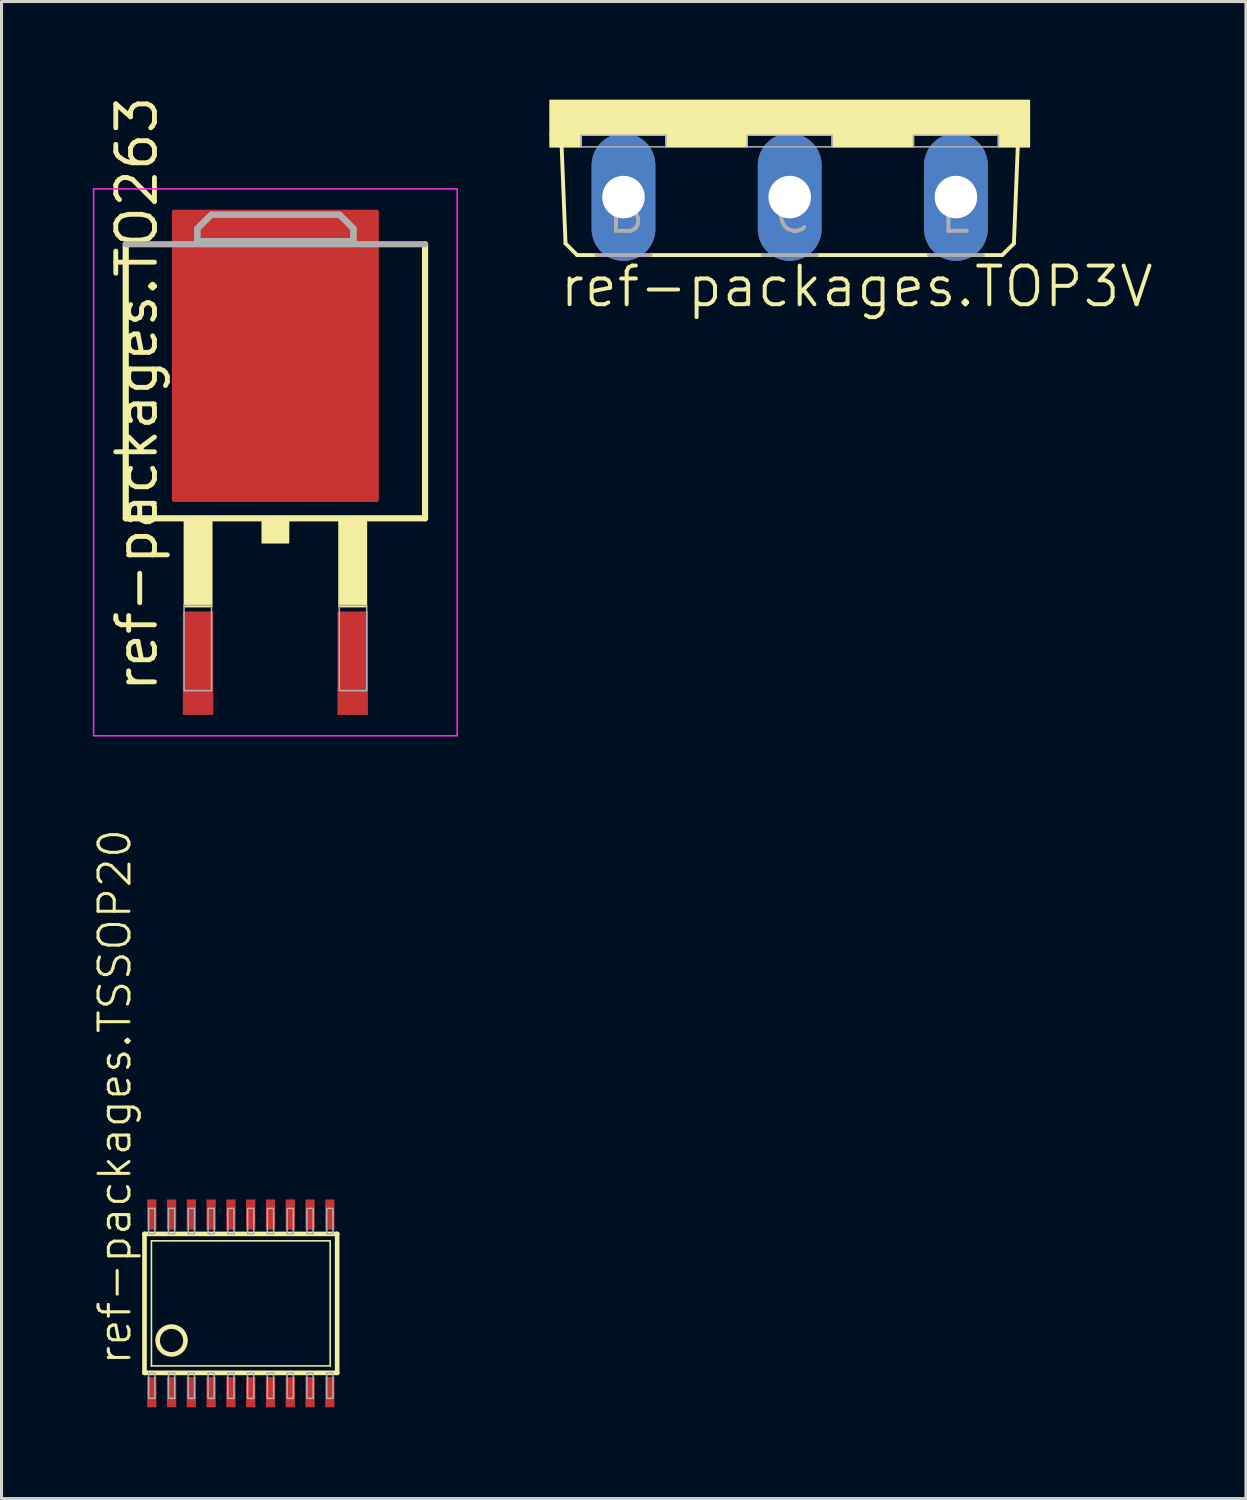
<source format=kicad_pcb>
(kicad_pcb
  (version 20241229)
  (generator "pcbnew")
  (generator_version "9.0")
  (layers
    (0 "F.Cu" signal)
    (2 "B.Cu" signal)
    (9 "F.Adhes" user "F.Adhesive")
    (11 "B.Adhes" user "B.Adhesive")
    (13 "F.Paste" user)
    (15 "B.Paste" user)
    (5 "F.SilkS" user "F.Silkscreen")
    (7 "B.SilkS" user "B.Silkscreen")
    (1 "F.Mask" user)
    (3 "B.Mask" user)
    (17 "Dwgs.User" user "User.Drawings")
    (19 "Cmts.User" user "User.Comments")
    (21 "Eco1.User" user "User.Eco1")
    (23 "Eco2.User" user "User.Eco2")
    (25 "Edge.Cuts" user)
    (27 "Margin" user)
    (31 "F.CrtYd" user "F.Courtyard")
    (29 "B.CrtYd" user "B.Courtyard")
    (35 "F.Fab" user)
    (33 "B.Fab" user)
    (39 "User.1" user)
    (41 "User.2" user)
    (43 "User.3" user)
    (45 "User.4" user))
  (footprint "ref-packages.TO263"
    (layer "F.Cu")
    (at 5.998 12.14)
    (property "Reference" "ref-packages.TO263" (at -3.81 7.62 90) (layer "F.SilkS") (effects (font (size 1.27 1.27) (thickness 0.16)) (justify left bottom)))
    (attr smd)
    (fp_line (start -4.917 1.839) (end -4.917 -7.165) (stroke (width 0.203) (type default)) (layer "F.SilkS"))
    (fp_line (start 4.917 -7.165) (end 4.917 1.839) (stroke (width 0.203) (type default)) (layer "F.SilkS"))
    (fp_line (start 4.917 1.839) (end -4.917 1.839) (stroke (width 0.203) (type default)) (layer "F.SilkS"))
    (fp_rect (start -2.99 4.74) (end -2.09 1.94) (stroke (width 0.05) (type default)) (fill yes) (layer "F.SilkS"))
    (fp_rect (start -0.432 2.643) (end 0.432 1.881) (stroke (width 0.05) (type default)) (fill yes) (layer "F.SilkS"))
    (fp_rect (start 2.09 4.74) (end 2.99 1.94) (stroke (width 0.05) (type default)) (fill yes) (layer "F.SilkS"))
    (fp_line (start -5.973 -8.983) (end 5.973 -8.983) (stroke (width 0.051) (type default)) (layer "F.CrtYd"))
    (fp_line (start -5.973 8.983) (end -5.973 -8.983) (stroke (width 0.051) (type default)) (layer "F.CrtYd"))
    (fp_line (start 5.973 -8.983) (end 5.973 8.983) (stroke (width 0.051) (type default)) (layer "F.CrtYd"))
    (fp_line (start 5.973 8.983) (end -5.973 8.983) (stroke (width 0.051) (type default)) (layer "F.CrtYd"))
    (fp_line (start -4.917 -7.165) (end 4.917 -7.165) (stroke (width 0.203) (type default)) (layer "F.Fab"))
    (fp_line (start -2.565 -7.678) (end -2.108 -8.135) (stroke (width 0.203) (type default)) (layer "F.Fab"))
    (fp_line (start -2.565 -7.267) (end -2.565 -7.678) (stroke (width 0.203) (type default)) (layer "F.Fab"))
    (fp_line (start -2.108 -8.135) (end 2.108 -8.135) (stroke (width 0.203) (type default)) (layer "F.Fab"))
    (fp_line (start 2.108 -8.135) (end 2.565 -7.678) (stroke (width 0.203) (type default)) (layer "F.Fab"))
    (fp_line (start 2.565 -7.678) (end 2.565 -7.267) (stroke (width 0.203) (type default)) (layer "F.Fab"))
    (fp_line (start 2.565 -7.267) (end -2.565 -7.267) (stroke (width 0.203) (type default)) (layer "F.Fab"))
    (fp_rect (start -3 7.5) (end -2.1 4.7) (stroke (width 0.05) (type default)) (fill no) (layer "F.Fab"))
    (fp_rect (start 2.1 7.5) (end 3 4.7) (stroke (width 0.05) (type default)) (fill no) (layer "F.Fab"))
    (fp_poly (pts (xy -2.565 -7.267) (xy -2.565 -7.678) (xy -2.108 -8.135) (xy 2.108 -8.135) (xy 2.565 -7.678) (xy 2.565 -7.267)) (stroke (width 0.203) (type default)) (fill no) (layer "F.Fab"))
    (pad "1" smd roundrect (at -2.54 6.6) (size 1 3.4) (layers "F.Cu" "F.Mask" "F.Paste") (roundrect_rratio 0.01))
    (pad "2" smd roundrect (at 2.54 6.6) (size 1 3.4) (layers "F.Cu" "F.Mask" "F.Paste") (roundrect_rratio 0.01))
    (pad "3" smd roundrect (at 0 -3.5) (size 6.8 9.6) (layers "F.Cu" "F.Mask" "F.Paste") (roundrect_rratio 0.01)))
  (footprint "ref-packages.TOP3V"
    (layer "F.Cu")
    (at 22.896 0.25)
    (property "Reference" "ref-packages.TOP3V" (at -7.62 6.858 0) (layer "F.SilkS") (effects (font (size 1.27 1.27) (thickness 0.13)) (justify left bottom)))
    (attr through_hole)
    (fp_line (start -7.366 4.699) (end -7.493 1.524) (stroke (width 0.127) (type default)) (layer "F.SilkS"))
    (fp_line (start -6.985 5.08) (end -7.366 4.699) (stroke (width 0.127) (type default)) (layer "F.SilkS"))
    (fp_line (start -6.35 5.08) (end -6.985 5.08) (stroke (width 0.127) (type default)) (layer "F.SilkS"))
    (fp_line (start -0.889 5.08) (end -4.572 5.08) (stroke (width 0.127) (type default)) (layer "F.SilkS"))
    (fp_line (start 4.572 5.08) (end 0.889 5.08) (stroke (width 0.127) (type default)) (layer "F.SilkS"))
    (fp_line (start 6.985 5.08) (end 6.35 5.08) (stroke (width 0.127) (type default)) (layer "F.SilkS"))
    (fp_line (start 6.985 5.08) (end 7.366 4.699) (stroke (width 0.127) (type default)) (layer "F.SilkS"))
    (fp_line (start 7.366 4.699) (end 7.493 1.524) (stroke (width 0.127) (type default)) (layer "F.SilkS"))
    (fp_rect (start -7.874 1.143) (end 7.874 0) (stroke (width 0.05) (type default)) (fill yes) (layer "F.SilkS"))
    (fp_rect (start -7.874 1.524) (end -6.858 1.143) (stroke (width 0.05) (type default)) (fill yes) (layer "F.SilkS"))
    (fp_rect (start -4.064 1.524) (end -1.397 1.143) (stroke (width 0.05) (type default)) (fill yes) (layer "F.SilkS"))
    (fp_rect (start 1.397 1.524) (end 4.064 1.143) (stroke (width 0.05) (type default)) (fill yes) (layer "F.SilkS"))
    (fp_rect (start 6.858 1.524) (end 7.874 1.143) (stroke (width 0.05) (type default)) (fill yes) (layer "F.SilkS"))
    (fp_line (start -4.572 5.08) (end -6.35 5.08) (stroke (width 0.127) (type default)) (layer "F.Fab"))
    (fp_line (start 0.889 5.08) (end -0.889 5.08) (stroke (width 0.127) (type default)) (layer "F.Fab"))
    (fp_line (start 6.35 5.08) (end 4.572 5.08) (stroke (width 0.127) (type default)) (layer "F.Fab"))
    (fp_rect (start -6.858 1.524) (end -4.064 1.143) (stroke (width 0.05) (type default)) (fill no) (layer "F.Fab"))
    (fp_rect (start -1.397 1.524) (end 1.397 1.143) (stroke (width 0.05) (type default)) (fill no) (layer "F.Fab"))
    (fp_rect (start 4.064 1.524) (end 6.858 1.143) (stroke (width 0.05) (type default)) (fill no) (layer "F.Fab"))
    (fp_text user "E" (at 4.826 4.445 0) (layer "F.Fab") (effects (font (size 1.27 1.27) (thickness 0.13)) (justify left bottom)))
    (fp_text user "C" (at -0.635 4.445 0) (layer "F.Fab") (effects (font (size 1.27 1.27) (thickness 0.13)) (justify left bottom)))
    (fp_text user "B" (at -6.096 4.445 0) (layer "F.Fab") (effects (font (size 1.27 1.27) (thickness 0.13)) (justify left bottom)))
    (pad "B" thru_hole oval (at -5.461 3.175 90) (size 4.191 2.095) (drill 1.397) (layers "*.Cu" "*.Mask"))
    (pad "C" thru_hole oval (at 0 3.175 90) (size 4.191 2.095) (drill 1.397) (layers "*.Cu" "*.Mask"))
    (pad "E" thru_hole oval (at 5.461 3.175 90) (size 4.191 2.095) (drill 1.397) (layers "*.Cu" "*.Mask")))
  (footprint "ref-packages.TSSOP20"
    (layer "F.Cu")
    (at 4.862 39.773)
    (property "Reference" "ref-packages.TSSOP20" (at -3.546 2.083 90) (layer "F.SilkS") (effects (font (size 1.016 1.016) (thickness 0.1)) (justify left bottom)))
    (attr smd)
    (fp_line (start -3.165 2.283) (end -3.165 -2.283) (stroke (width 0.152) (type default)) (layer "F.SilkS"))
    (fp_line (start -3.165 2.283) (end 3.165 2.283) (stroke (width 0.152) (type default)) (layer "F.SilkS"))
    (fp_line (start -2.936 2.054) (end -2.936 -2.054) (stroke (width 0.051) (type default)) (layer "F.SilkS"))
    (fp_line (start -2.936 2.054) (end 2.936 2.054) (stroke (width 0.051) (type default)) (layer "F.SilkS"))
    (fp_line (start 2.936 -2.054) (end -2.936 -2.054) (stroke (width 0.051) (type default)) (layer "F.SilkS"))
    (fp_line (start 2.936 -2.054) (end 2.936 2.054) (stroke (width 0.051) (type default)) (layer "F.SilkS"))
    (fp_line (start 3.165 -2.283) (end -3.165 -2.283) (stroke (width 0.152) (type default)) (layer "F.SilkS"))
    (fp_line (start 3.165 -2.283) (end 3.165 2.283) (stroke (width 0.152) (type default)) (layer "F.SilkS"))
    (fp_circle (center -2.276 1.219) (end -1.818 1.219) (stroke (width 0.152) (type default)) (fill no) (layer "F.SilkS"))
    (fp_rect (start -3.027 -2.283) (end -2.823 -3.121) (stroke (width 0.05) (type default)) (fill no) (layer "F.Fab"))
    (fp_rect (start -3.027 3.121) (end -2.823 2.283) (stroke (width 0.05) (type default)) (fill no) (layer "F.Fab"))
    (fp_rect (start -2.377 -2.283) (end -2.173 -3.121) (stroke (width 0.05) (type default)) (fill no) (layer "F.Fab"))
    (fp_rect (start -2.377 3.121) (end -2.173 2.283) (stroke (width 0.05) (type default)) (fill no) (layer "F.Fab"))
    (fp_rect (start -1.727 -2.283) (end -1.523 -3.121) (stroke (width 0.05) (type default)) (fill no) (layer "F.Fab"))
    (fp_rect (start -1.727 3.121) (end -1.523 2.283) (stroke (width 0.05) (type default)) (fill no) (layer "F.Fab"))
    (fp_rect (start -1.077 -2.283) (end -0.873 -3.121) (stroke (width 0.05) (type default)) (fill no) (layer "F.Fab"))
    (fp_rect (start -1.077 3.121) (end -0.873 2.283) (stroke (width 0.05) (type default)) (fill no) (layer "F.Fab"))
    (fp_rect (start -0.427 -2.283) (end -0.223 -3.121) (stroke (width 0.05) (type default)) (fill no) (layer "F.Fab"))
    (fp_rect (start -0.427 3.121) (end -0.223 2.283) (stroke (width 0.05) (type default)) (fill no) (layer "F.Fab"))
    (fp_rect (start 0.223 -2.283) (end 0.427 -3.121) (stroke (width 0.05) (type default)) (fill no) (layer "F.Fab"))
    (fp_rect (start 0.223 3.121) (end 0.427 2.283) (stroke (width 0.05) (type default)) (fill no) (layer "F.Fab"))
    (fp_rect (start 0.873 -2.283) (end 1.077 -3.121) (stroke (width 0.05) (type default)) (fill no) (layer "F.Fab"))
    (fp_rect (start 0.873 3.121) (end 1.077 2.283) (stroke (width 0.05) (type default)) (fill no) (layer "F.Fab"))
    (fp_rect (start 1.523 -2.283) (end 1.727 -3.121) (stroke (width 0.05) (type default)) (fill no) (layer "F.Fab"))
    (fp_rect (start 1.523 3.121) (end 1.727 2.283) (stroke (width 0.05) (type default)) (fill no) (layer "F.Fab"))
    (fp_rect (start 2.173 -2.283) (end 2.377 -3.121) (stroke (width 0.05) (type default)) (fill no) (layer "F.Fab"))
    (fp_rect (start 2.173 3.121) (end 2.377 2.283) (stroke (width 0.05) (type default)) (fill no) (layer "F.Fab"))
    (fp_rect (start 2.823 -2.283) (end 3.027 -3.121) (stroke (width 0.05) (type default)) (fill no) (layer "F.Fab"))
    (fp_rect (start 2.823 3.121) (end 3.027 2.283) (stroke (width 0.05) (type default)) (fill no) (layer "F.Fab"))
    (pad "1" smd roundrect (at -2.925 2.918) (size 0.305 0.991) (layers "F.Cu" "F.Mask" "F.Paste") (roundrect_rratio 0.01))
    (pad "2" smd roundrect (at -2.275 2.918) (size 0.305 0.991) (layers "F.Cu" "F.Mask" "F.Paste") (roundrect_rratio 0.01))
    (pad "3" smd roundrect (at -1.625 2.918) (size 0.305 0.991) (layers "F.Cu" "F.Mask" "F.Paste") (roundrect_rratio 0.01))
    (pad "4" smd roundrect (at -0.975 2.918) (size 0.305 0.991) (layers "F.Cu" "F.Mask" "F.Paste") (roundrect_rratio 0.01))
    (pad "5" smd roundrect (at -0.325 2.918) (size 0.305 0.991) (layers "F.Cu" "F.Mask" "F.Paste") (roundrect_rratio 0.01))
    (pad "6" smd roundrect (at 0.325 2.918) (size 0.305 0.991) (layers "F.Cu" "F.Mask" "F.Paste") (roundrect_rratio 0.01))
    (pad "7" smd roundrect (at 0.975 2.918) (size 0.305 0.991) (layers "F.Cu" "F.Mask" "F.Paste") (roundrect_rratio 0.01))
    (pad "8" smd roundrect (at 1.625 2.918) (size 0.305 0.991) (layers "F.Cu" "F.Mask" "F.Paste") (roundrect_rratio 0.01))
    (pad "9" smd roundrect (at 2.275 2.918) (size 0.305 0.991) (layers "F.Cu" "F.Mask" "F.Paste") (roundrect_rratio 0.01))
    (pad "10" smd roundrect (at 2.925 2.918) (size 0.305 0.991) (layers "F.Cu" "F.Mask" "F.Paste") (roundrect_rratio 0.01))
    (pad "11" smd roundrect (at 2.925 -2.918) (size 0.305 0.991) (layers "F.Cu" "F.Mask" "F.Paste") (roundrect_rratio 0.01))
    (pad "12" smd roundrect (at 2.275 -2.918) (size 0.305 0.991) (layers "F.Cu" "F.Mask" "F.Paste") (roundrect_rratio 0.01))
    (pad "13" smd roundrect (at 1.625 -2.918) (size 0.305 0.991) (layers "F.Cu" "F.Mask" "F.Paste") (roundrect_rratio 0.01))
    (pad "14" smd roundrect (at 0.975 -2.918) (size 0.305 0.991) (layers "F.Cu" "F.Mask" "F.Paste") (roundrect_rratio 0.01))
    (pad "15" smd roundrect (at 0.325 -2.918) (size 0.305 0.991) (layers "F.Cu" "F.Mask" "F.Paste") (roundrect_rratio 0.01))
    (pad "16" smd roundrect (at -0.325 -2.918) (size 0.305 0.991) (layers "F.Cu" "F.Mask" "F.Paste") (roundrect_rratio 0.01))
    (pad "17" smd roundrect (at -0.975 -2.918) (size 0.305 0.991) (layers "F.Cu" "F.Mask" "F.Paste") (roundrect_rratio 0.01))
    (pad "18" smd roundrect (at -1.625 -2.918) (size 0.305 0.991) (layers "F.Cu" "F.Mask" "F.Paste") (roundrect_rratio 0.01))
    (pad "19" smd roundrect (at -2.275 -2.918) (size 0.305 0.991) (layers "F.Cu" "F.Mask" "F.Paste") (roundrect_rratio 0.01))
    (pad "20" smd roundrect (at -2.925 -2.918) (size 0.305 0.991) (layers "F.Cu" "F.Mask" "F.Paste") (roundrect_rratio 0.01)))
  (gr_rect
    (start -3 -3)
    (end 37.885 46.186)
    (stroke (width 0.1) (type default))
    (fill no)
    (layer "Edge.Cuts")))
</source>
